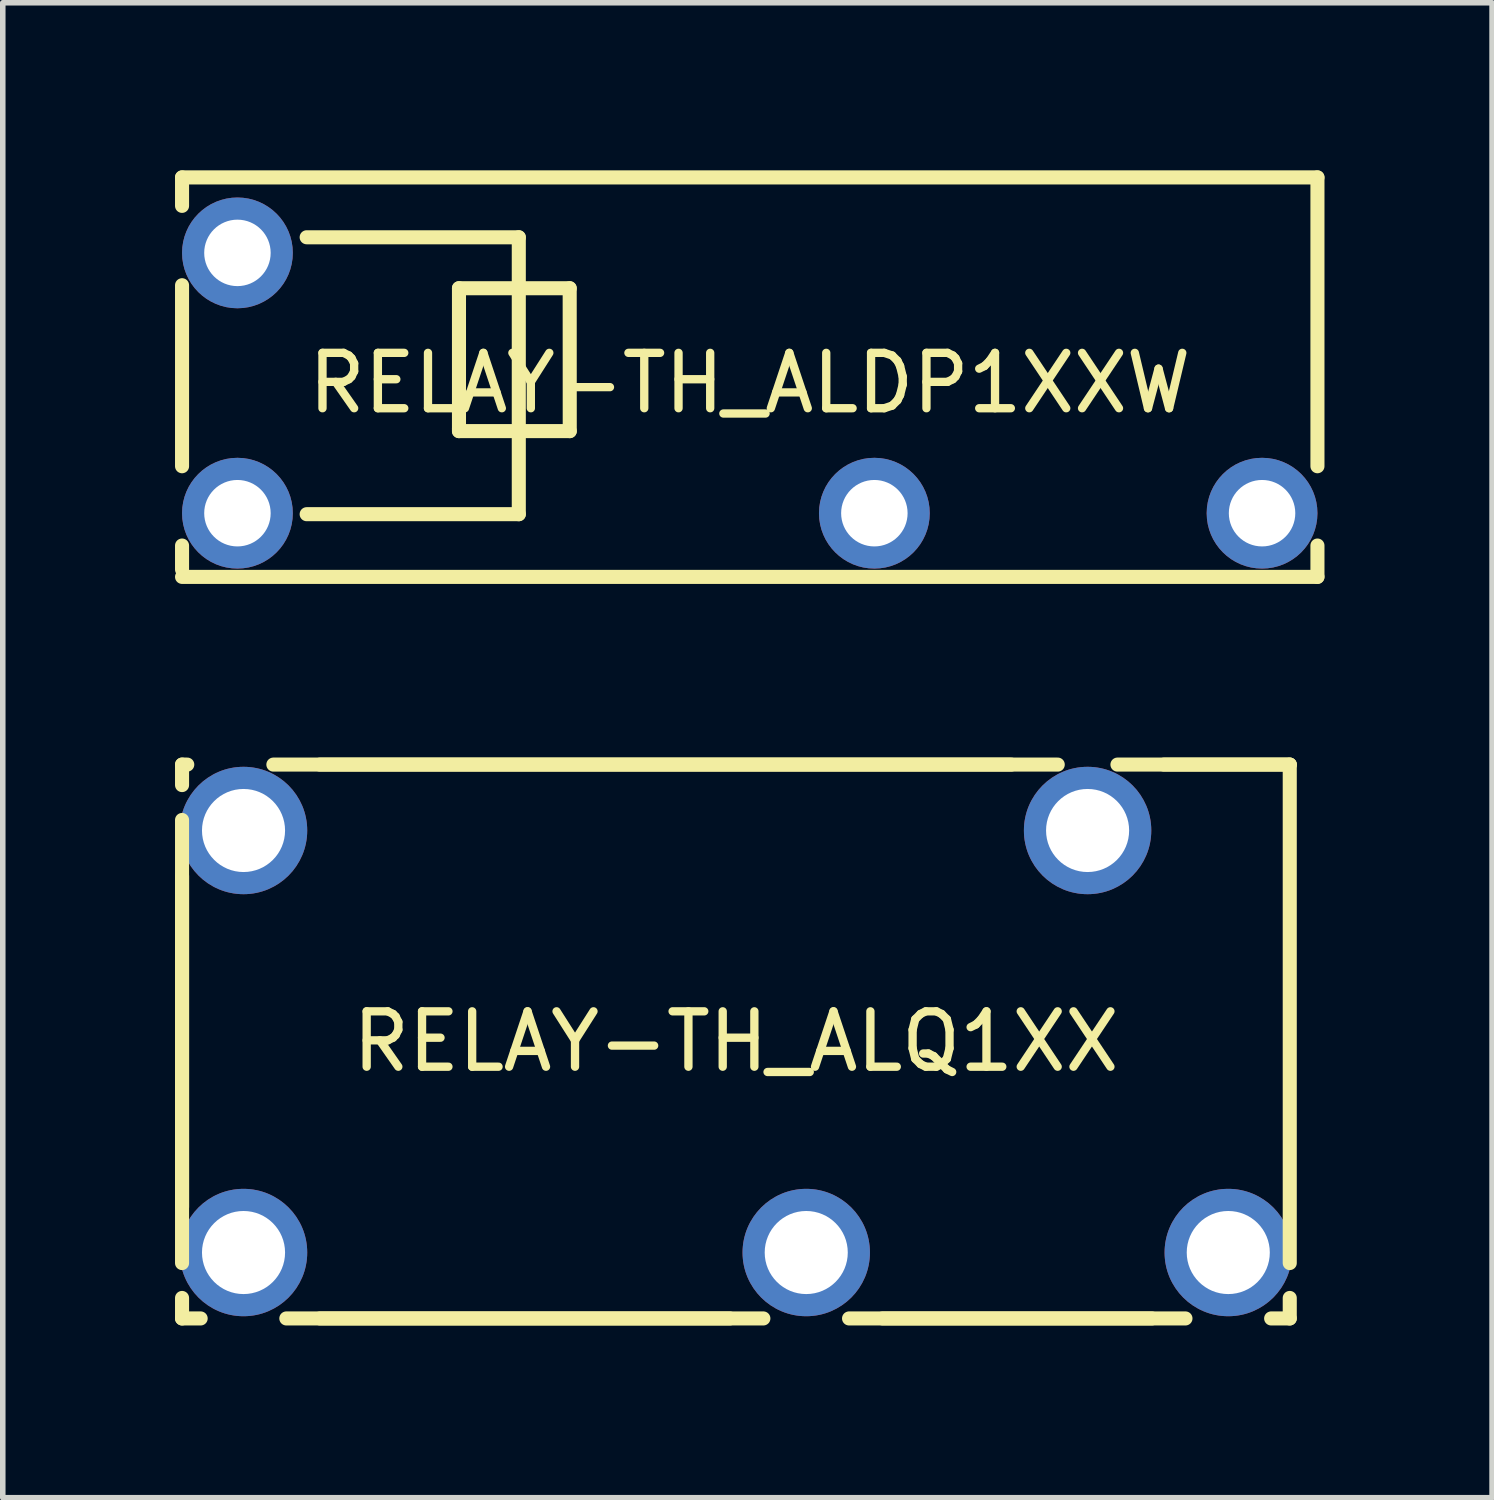
<source format=kicad_pcb>
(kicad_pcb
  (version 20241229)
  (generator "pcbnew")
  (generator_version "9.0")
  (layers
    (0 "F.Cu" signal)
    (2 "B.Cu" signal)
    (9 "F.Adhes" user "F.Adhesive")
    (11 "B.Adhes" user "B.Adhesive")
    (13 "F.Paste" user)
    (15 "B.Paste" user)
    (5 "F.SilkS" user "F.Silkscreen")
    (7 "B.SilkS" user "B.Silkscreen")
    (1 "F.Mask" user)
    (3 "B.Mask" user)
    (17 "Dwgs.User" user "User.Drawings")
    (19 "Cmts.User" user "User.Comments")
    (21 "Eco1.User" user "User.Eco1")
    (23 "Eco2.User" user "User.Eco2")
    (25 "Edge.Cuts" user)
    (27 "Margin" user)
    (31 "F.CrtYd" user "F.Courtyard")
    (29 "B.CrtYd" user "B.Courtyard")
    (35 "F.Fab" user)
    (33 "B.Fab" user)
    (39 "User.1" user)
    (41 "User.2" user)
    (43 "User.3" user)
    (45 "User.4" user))
  (footprint "RELAY-TH_ALQ1XX"
    (layer "F.Cu")
    (at 10.237 15.755)
    (property "Reference" "RELAY-TH_ALQ1XX" (at 0 0 0) (layer "F.SilkS") (effects (font (size 1 1) (thickness 0.15))))
    (fp_line (start -10 -5) (end -10 -4.63) (stroke (width 0.254) (type default)) (layer "F.SilkS"))
    (fp_line (start -10 -4) (end -10 4) (stroke (width 0.254) (type default)) (layer "F.SilkS"))
    (fp_line (start -10 -2.99) (end -10 2.99) (stroke (width 0.254) (type default)) (layer "F.SilkS"))
    (fp_line (start -10 4.63) (end -10 5) (stroke (width 0.254) (type default)) (layer "F.SilkS"))
    (fp_line (start -10 5) (end -9.664 5) (stroke (width 0.254) (type default)) (layer "F.SilkS"))
    (fp_line (start -9.906 -5) (end -10 -5) (stroke (width 0.254) (type default)) (layer "F.SilkS"))
    (fp_line (start -8.351 -5) (end 5.811 -5) (stroke (width 0.254) (type default)) (layer "F.SilkS"))
    (fp_line (start -8.117 5) (end 0.496 5) (stroke (width 0.254) (type default)) (layer "F.SilkS"))
    (fp_line (start -7.511 -5) (end 4.971 -5) (stroke (width 0.254) (type default)) (layer "F.SilkS"))
    (fp_line (start -7.511 5) (end -0.109 5) (stroke (width 0.254) (type default)) (layer "F.SilkS"))
    (fp_line (start 2.043 5) (end 8.117 5) (stroke (width 0.254) (type default)) (layer "F.SilkS"))
    (fp_line (start 2.649 5) (end 7.511 5) (stroke (width 0.254) (type default)) (layer "F.SilkS"))
    (fp_line (start 6.889 -5) (end 10 -5) (stroke (width 0.254) (type default)) (layer "F.SilkS"))
    (fp_line (start 7.729 -5) (end 10 -5) (stroke (width 0.254) (type default)) (layer "F.SilkS"))
    (fp_line (start 9.664 5) (end 10 5) (stroke (width 0.254) (type default)) (layer "F.SilkS"))
    (fp_line (start 10 -5) (end 10 4) (stroke (width 0.254) (type default)) (layer "F.SilkS"))
    (fp_line (start 10 5) (end 10 4.63) (stroke (width 0.254) (type default)) (layer "F.SilkS"))
    (fp_poly (pts (xy -8.24 -3.81) (xy -8.259 -3.966) (xy -8.314 -4.112) (xy -8.403 -4.241) (xy -8.521 -4.345) (xy -8.66 -4.418) (xy -8.812 -4.455) (xy -8.968 -4.455) (xy -9.12 -4.418) (xy -9.259 -4.345) (xy -9.377 -4.241) (xy -9.466 -4.112) (xy -9.521 -3.966) (xy -9.54 -3.81) (xy -9.521 -3.654) (xy -9.466 -3.508) (xy -9.377 -3.379) (xy -9.259 -3.275) (xy -9.12 -3.202) (xy -8.968 -3.165) (xy -8.812 -3.165) (xy -8.66 -3.202) (xy -8.521 -3.275) (xy -8.403 -3.379) (xy -8.314 -3.508) (xy -8.259 -3.654)) (stroke (width 0.1) (type default)) (fill no) (layer "User.1"))
    (fp_poly (pts (xy -8.24 3.81) (xy -8.259 3.654) (xy -8.314 3.508) (xy -8.403 3.379) (xy -8.521 3.275) (xy -8.66 3.202) (xy -8.812 3.165) (xy -8.968 3.165) (xy -9.12 3.202) (xy -9.259 3.275) (xy -9.377 3.379) (xy -9.466 3.508) (xy -9.521 3.654) (xy -9.54 3.81) (xy -9.521 3.966) (xy -9.466 4.112) (xy -9.377 4.241) (xy -9.259 4.345) (xy -9.12 4.418) (xy -8.968 4.455) (xy -8.812 4.455) (xy -8.66 4.418) (xy -8.521 4.345) (xy -8.403 4.241) (xy -8.314 4.112) (xy -8.259 3.966)) (stroke (width 0.1) (type default)) (fill no) (layer "User.1"))
    (fp_poly (pts (xy 1.92 3.81) (xy 1.901 3.654) (xy 1.846 3.508) (xy 1.757 3.379) (xy 1.639 3.275) (xy 1.5 3.202) (xy 1.348 3.165) (xy 1.192 3.165) (xy 1.04 3.202) (xy 0.901 3.275) (xy 0.783 3.379) (xy 0.694 3.508) (xy 0.639 3.654) (xy 0.62 3.81) (xy 0.639 3.966) (xy 0.694 4.112) (xy 0.783 4.241) (xy 0.901 4.345) (xy 1.04 4.418) (xy 1.192 4.455) (xy 1.348 4.455) (xy 1.5 4.418) (xy 1.639 4.345) (xy 1.757 4.241) (xy 1.846 4.112) (xy 1.901 3.966)) (stroke (width 0.1) (type default)) (fill no) (layer "User.1"))
    (fp_poly (pts (xy 7 -3.81) (xy 6.981 -3.966) (xy 6.926 -4.112) (xy 6.837 -4.241) (xy 6.719 -4.345) (xy 6.58 -4.418) (xy 6.428 -4.455) (xy 6.272 -4.455) (xy 6.12 -4.418) (xy 5.981 -4.345) (xy 5.863 -4.241) (xy 5.774 -4.112) (xy 5.719 -3.966) (xy 5.7 -3.81) (xy 5.719 -3.654) (xy 5.774 -3.508) (xy 5.863 -3.379) (xy 5.981 -3.275) (xy 6.12 -3.202) (xy 6.272 -3.165) (xy 6.428 -3.165) (xy 6.58 -3.202) (xy 6.719 -3.275) (xy 6.837 -3.379) (xy 6.926 -3.508) (xy 6.981 -3.654)) (stroke (width 0.1) (type default)) (fill no) (layer "User.1"))
    (fp_poly (pts (xy 9.54 3.81) (xy 9.521 3.654) (xy 9.466 3.508) (xy 9.377 3.379) (xy 9.259 3.275) (xy 9.12 3.202) (xy 8.968 3.165) (xy 8.812 3.165) (xy 8.66 3.202) (xy 8.521 3.275) (xy 8.403 3.379) (xy 8.314 3.508) (xy 8.259 3.654) (xy 8.24 3.81) (xy 8.259 3.966) (xy 8.314 4.112) (xy 8.403 4.241) (xy 8.521 4.345) (xy 8.66 4.418) (xy 8.812 4.455) (xy 8.968 4.455) (xy 9.12 4.418) (xy 9.259 4.345) (xy 9.377 4.241) (xy 9.466 4.112) (xy 9.521 3.966)) (stroke (width 0.1) (type default)) (fill no) (layer "User.1"))
    (fp_line (start -10.127 -5.127) (end 10.127 -5.127) (stroke (width 0.051) (type default)) (layer "User.2"))
    (fp_line (start -10.127 5.127) (end -10.127 -5.127) (stroke (width 0.051) (type default)) (layer "User.2"))
    (fp_line (start 10.127 -5.127) (end 10.127 5.127) (stroke (width 0.051) (type default)) (layer "User.2"))
    (fp_line (start 10.127 5.127) (end -10.127 5.127) (stroke (width 0.051) (type default)) (layer "User.2"))
    (fp_poly (pts (xy -10.067 5.127) (xy -10.085 5.085) (xy -10.127 5.067) (xy -10.169 5.085) (xy -10.187 5.127) (xy -10.169 5.169) (xy -10.127 5.187) (xy -10.085 5.169)) (stroke (width 0.1) (type default)) (fill no) (layer "User.3"))
    (pad "1" thru_hole circle (at -8.89 3.81) (size 2.3 2.3) (drill 1.5) (layers "*.Cu" "*.Mask"))
    (pad "2" thru_hole circle (at 1.27 3.81) (size 2.3 2.3) (drill 1.5) (layers "*.Cu" "*.Mask"))
    (pad "3" thru_hole circle (at 8.89 3.81) (size 2.3 2.3) (drill 1.5) (layers "*.Cu" "*.Mask"))
    (pad "4" thru_hole circle (at 6.35 -3.81) (size 2.3 2.3) (drill 1.5) (layers "*.Cu" "*.Mask"))
    (pad "5" thru_hole circle (at -8.89 -3.81) (size 2.3 2.3) (drill 1.5) (layers "*.Cu" "*.Mask")))
  (footprint "RELAY-TH_ALDP1XXW"
    (layer "F.Cu")
    (at 10.487 3.866)
    (property "Reference" "RELAY-TH_ALDP1XXW" (at 0 0 0) (layer "F.SilkS") (effects (font (size 1 1) (thickness 0.15))))
    (fp_line (start -10.25 -3.713) (end -10.25 -3.199) (stroke (width 0.254) (type default)) (layer "F.SilkS"))
    (fp_line (start -10.25 -3.713) (end 10.25 -3.713) (stroke (width 0.254) (type default)) (layer "F.SilkS"))
    (fp_line (start -10.25 -1.766) (end -10.25 1.502) (stroke (width 0.254) (type default)) (layer "F.SilkS"))
    (fp_line (start -10.25 2.934) (end -10.25 3.368) (stroke (width 0.254) (type default)) (layer "F.SilkS"))
    (fp_line (start -10.25 3.5) (end 10.25 3.5) (stroke (width 0.254) (type default)) (layer "F.SilkS"))
    (fp_line (start -8 2.368) (end -4.17 2.368) (stroke (width 0.254) (type default)) (layer "F.SilkS"))
    (fp_line (start -5.25 0.868) (end -3.25 0.868) (stroke (width 0.254) (type default)) (layer "F.SilkS"))
    (fp_line (start -5.25 -1.712) (end -5.25 0.828) (stroke (width 0.254) (type default)) (layer "F.SilkS"))
    (fp_line (start -5.25 0.828) (end -5.25 0.868) (stroke (width 0.254) (type default)) (layer "F.SilkS"))
    (fp_line (start -4.17 -2.632) (end -8 -2.632) (stroke (width 0.254) (type default)) (layer "F.SilkS"))
    (fp_line (start -4.17 2.368) (end -4.17 -2.632) (stroke (width 0.254) (type default)) (layer "F.SilkS"))
    (fp_line (start -3.251 -1.712) (end -5.25 -1.712) (stroke (width 0.254) (type default)) (layer "F.SilkS"))
    (fp_line (start -3.25 0.868) (end -3.251 -1.712) (stroke (width 0.254) (type default)) (layer "F.SilkS"))
    (fp_line (start 10.25 -3.713) (end 10.25 1.502) (stroke (width 0.254) (type default)) (layer "F.SilkS"))
    (fp_line (start 10.25 2.934) (end 10.25 3.5) (stroke (width 0.254) (type default)) (layer "F.SilkS"))
    (fp_poly (pts (xy -8.75 -2.35) (xy -8.77 -2.491) (xy -8.829 -2.62) (xy -8.923 -2.728) (xy -9.042 -2.805) (xy -9.179 -2.845) (xy -9.321 -2.845) (xy -9.458 -2.805) (xy -9.577 -2.728) (xy -9.671 -2.62) (xy -9.73 -2.491) (xy -9.75 -2.35) (xy -9.73 -2.209) (xy -9.671 -2.08) (xy -9.577 -1.972) (xy -9.458 -1.895) (xy -9.321 -1.855) (xy -9.179 -1.855) (xy -9.042 -1.895) (xy -8.923 -1.972) (xy -8.829 -2.08) (xy -8.77 -2.209)) (stroke (width 0.1) (type default)) (fill no) (layer "User.1"))
    (fp_poly (pts (xy -8.75 2.35) (xy -8.77 2.209) (xy -8.829 2.08) (xy -8.923 1.972) (xy -9.042 1.895) (xy -9.179 1.855) (xy -9.321 1.855) (xy -9.458 1.895) (xy -9.577 1.972) (xy -9.671 2.08) (xy -9.73 2.209) (xy -9.75 2.35) (xy -9.73 2.491) (xy -9.671 2.62) (xy -9.577 2.728) (xy -9.458 2.805) (xy -9.321 2.845) (xy -9.179 2.845) (xy -9.042 2.805) (xy -8.923 2.728) (xy -8.829 2.62) (xy -8.77 2.491)) (stroke (width 0.1) (type default)) (fill no) (layer "User.1"))
    (fp_poly (pts (xy 2.75 2.35) (xy 2.73 2.209) (xy 2.671 2.08) (xy 2.577 1.972) (xy 2.458 1.895) (xy 2.321 1.855) (xy 2.179 1.855) (xy 2.042 1.895) (xy 1.923 1.972) (xy 1.829 2.08) (xy 1.77 2.209) (xy 1.75 2.35) (xy 1.77 2.491) (xy 1.829 2.62) (xy 1.923 2.728) (xy 2.042 2.805) (xy 2.179 2.845) (xy 2.321 2.845) (xy 2.458 2.805) (xy 2.577 2.728) (xy 2.671 2.62) (xy 2.73 2.491)) (stroke (width 0.1) (type default)) (fill no) (layer "User.1"))
    (fp_poly (pts (xy 9.75 2.35) (xy 9.73 2.209) (xy 9.671 2.08) (xy 9.577 1.972) (xy 9.458 1.895) (xy 9.321 1.855) (xy 9.179 1.855) (xy 9.042 1.895) (xy 8.923 1.972) (xy 8.829 2.08) (xy 8.77 2.209) (xy 8.75 2.35) (xy 8.77 2.491) (xy 8.829 2.62) (xy 8.923 2.728) (xy 9.042 2.805) (xy 9.179 2.845) (xy 9.321 2.845) (xy 9.458 2.805) (xy 9.577 2.728) (xy 9.671 2.62) (xy 9.73 2.491)) (stroke (width 0.1) (type default)) (fill no) (layer "User.1"))
    (fp_line (start -10.377 -3.841) (end 10.377 -3.841) (stroke (width 0.051) (type default)) (layer "User.2"))
    (fp_line (start -10.377 3.627) (end -10.377 -3.841) (stroke (width 0.051) (type default)) (layer "User.2"))
    (fp_line (start 10.377 -3.841) (end 10.377 3.627) (stroke (width 0.051) (type default)) (layer "User.2"))
    (fp_line (start 10.377 3.627) (end -10.377 3.627) (stroke (width 0.051) (type default)) (layer "User.2"))
    (fp_poly (pts (xy -10.317 3.627) (xy -10.335 3.585) (xy -10.377 3.567) (xy -10.419 3.585) (xy -10.437 3.627) (xy -10.419 3.669) (xy -10.377 3.687) (xy -10.335 3.669)) (stroke (width 0.1) (type default)) (fill no) (layer "User.3"))
    (pad "1" thru_hole circle (at -9.25 2.35) (size 2 2) (drill 1.2) (layers "*.Cu" "*.Mask"))
    (pad "2" thru_hole circle (at 2.25 2.35) (size 2 2) (drill 1.2) (layers "*.Cu" "*.Mask"))
    (pad "3" thru_hole circle (at 9.25 2.35) (size 2 2) (drill 1.2) (layers "*.Cu" "*.Mask"))
    (pad "4" thru_hole circle (at -9.25 -2.35) (size 2 2) (drill 1.2) (layers "*.Cu" "*.Mask")))
  (gr_rect
    (start -3 -3)
    (end 23.89 23.992)
    (stroke (width 0.1) (type default))
    (fill no)
    (layer "Edge.Cuts")))
</source>
